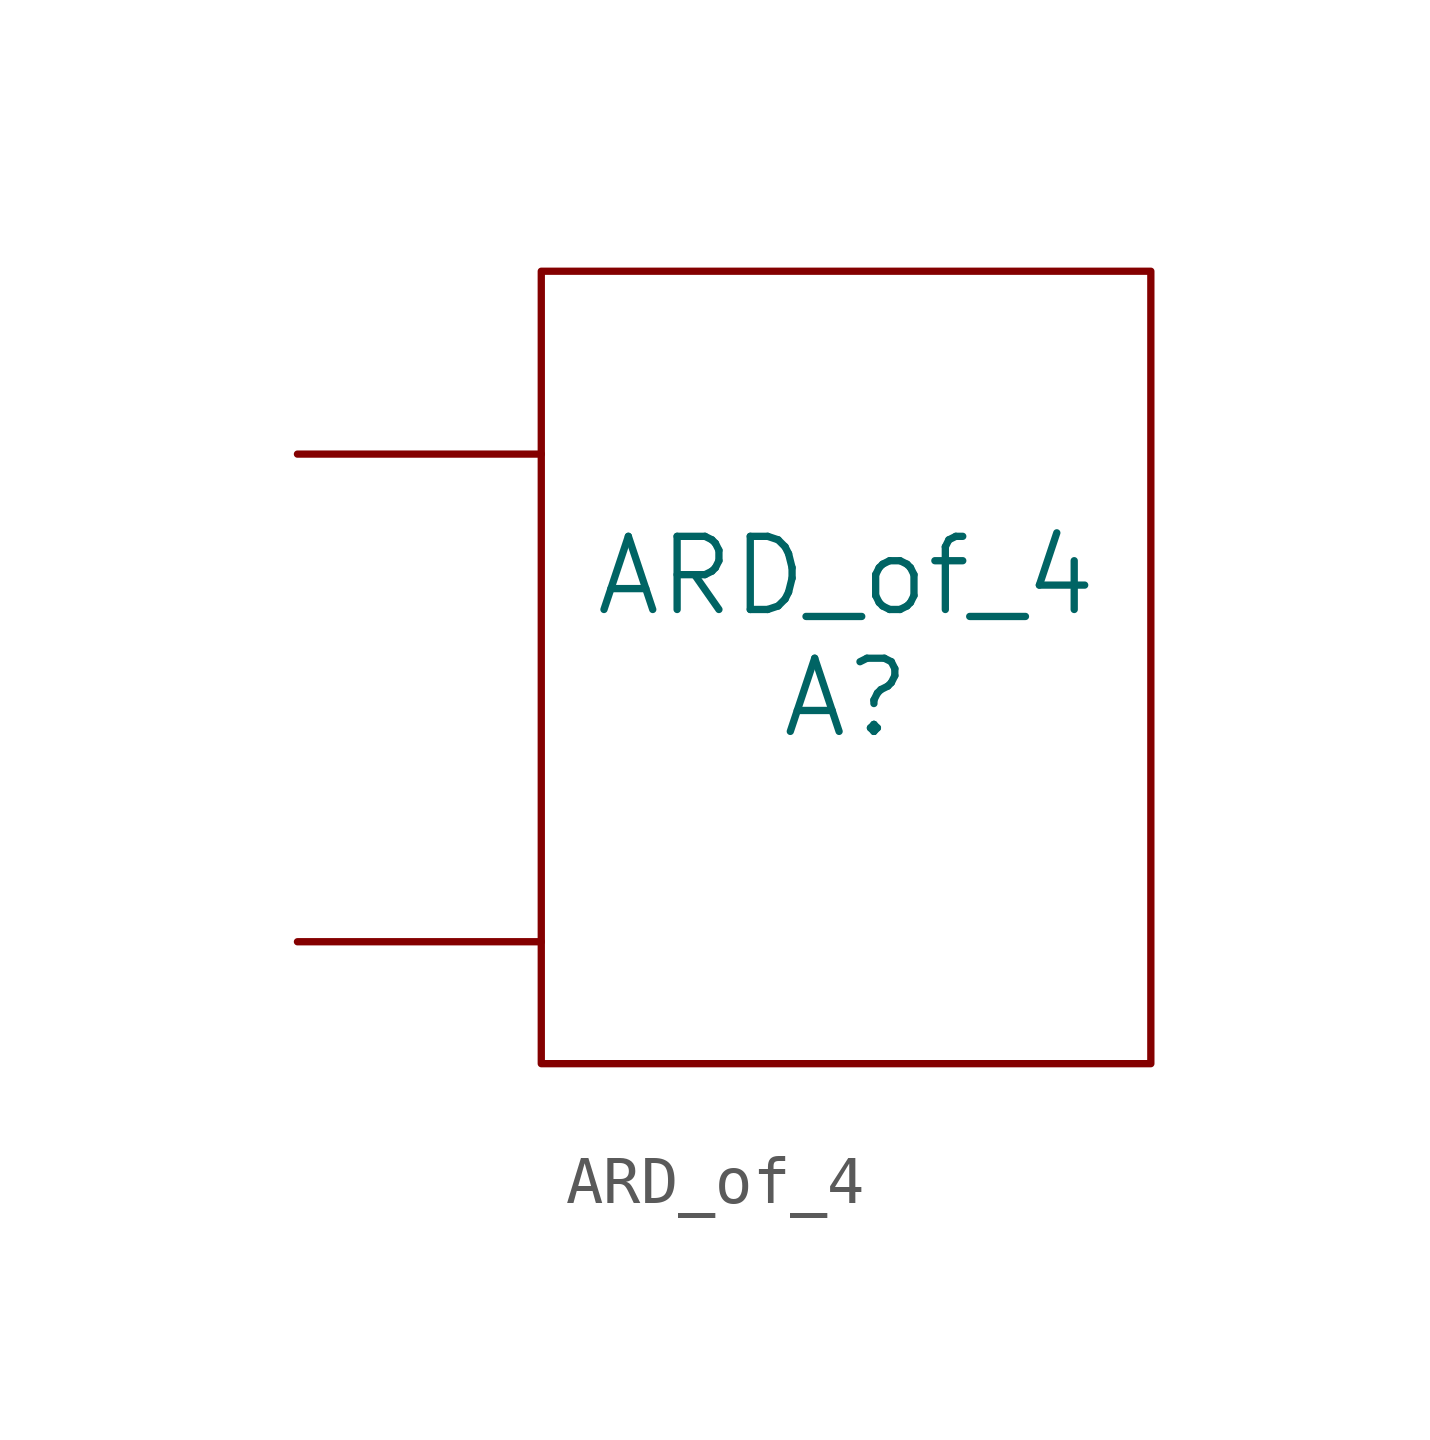
<source format=kicad_sym>
(kicad_symbol_lib
  (version 20220914)
  (generator kicad_symbol_editor)
  (symbol "ARD_of_4"
    (pin_numbers hide)
    (pin_names
      (offset 0) hide)
    (property "Reference" "A"
      (at 0 0 0)
      (effects (font (size 1.524 1.524))))
    (property "Value" "ARD_of_4"
      (at 0 2.54 0)
      (effects (font (size 1.524 1.524))))
    (symbol "ARD_of_4_0_1"
      (rectangle (start 6.35 -7.62) (end -6.35 8.89) (stroke (width 0) (type solid)) (fill (type none))))
    (symbol "ARD_of_4_1_1"
      (pin input line (at -11.43 5.08 0) (length 5.08) (name "input" (effects (font (size 1.27 1.27)))) (number "~" (effects (font (size 1.27 1.27)))))
      (pin input line (at -11.43 -5.08 0) (length 5.08) (name "output" (effects (font (size 1.27 1.27)))) (number "~" (effects (font (size 1.27 1.27))))))))
</source>
